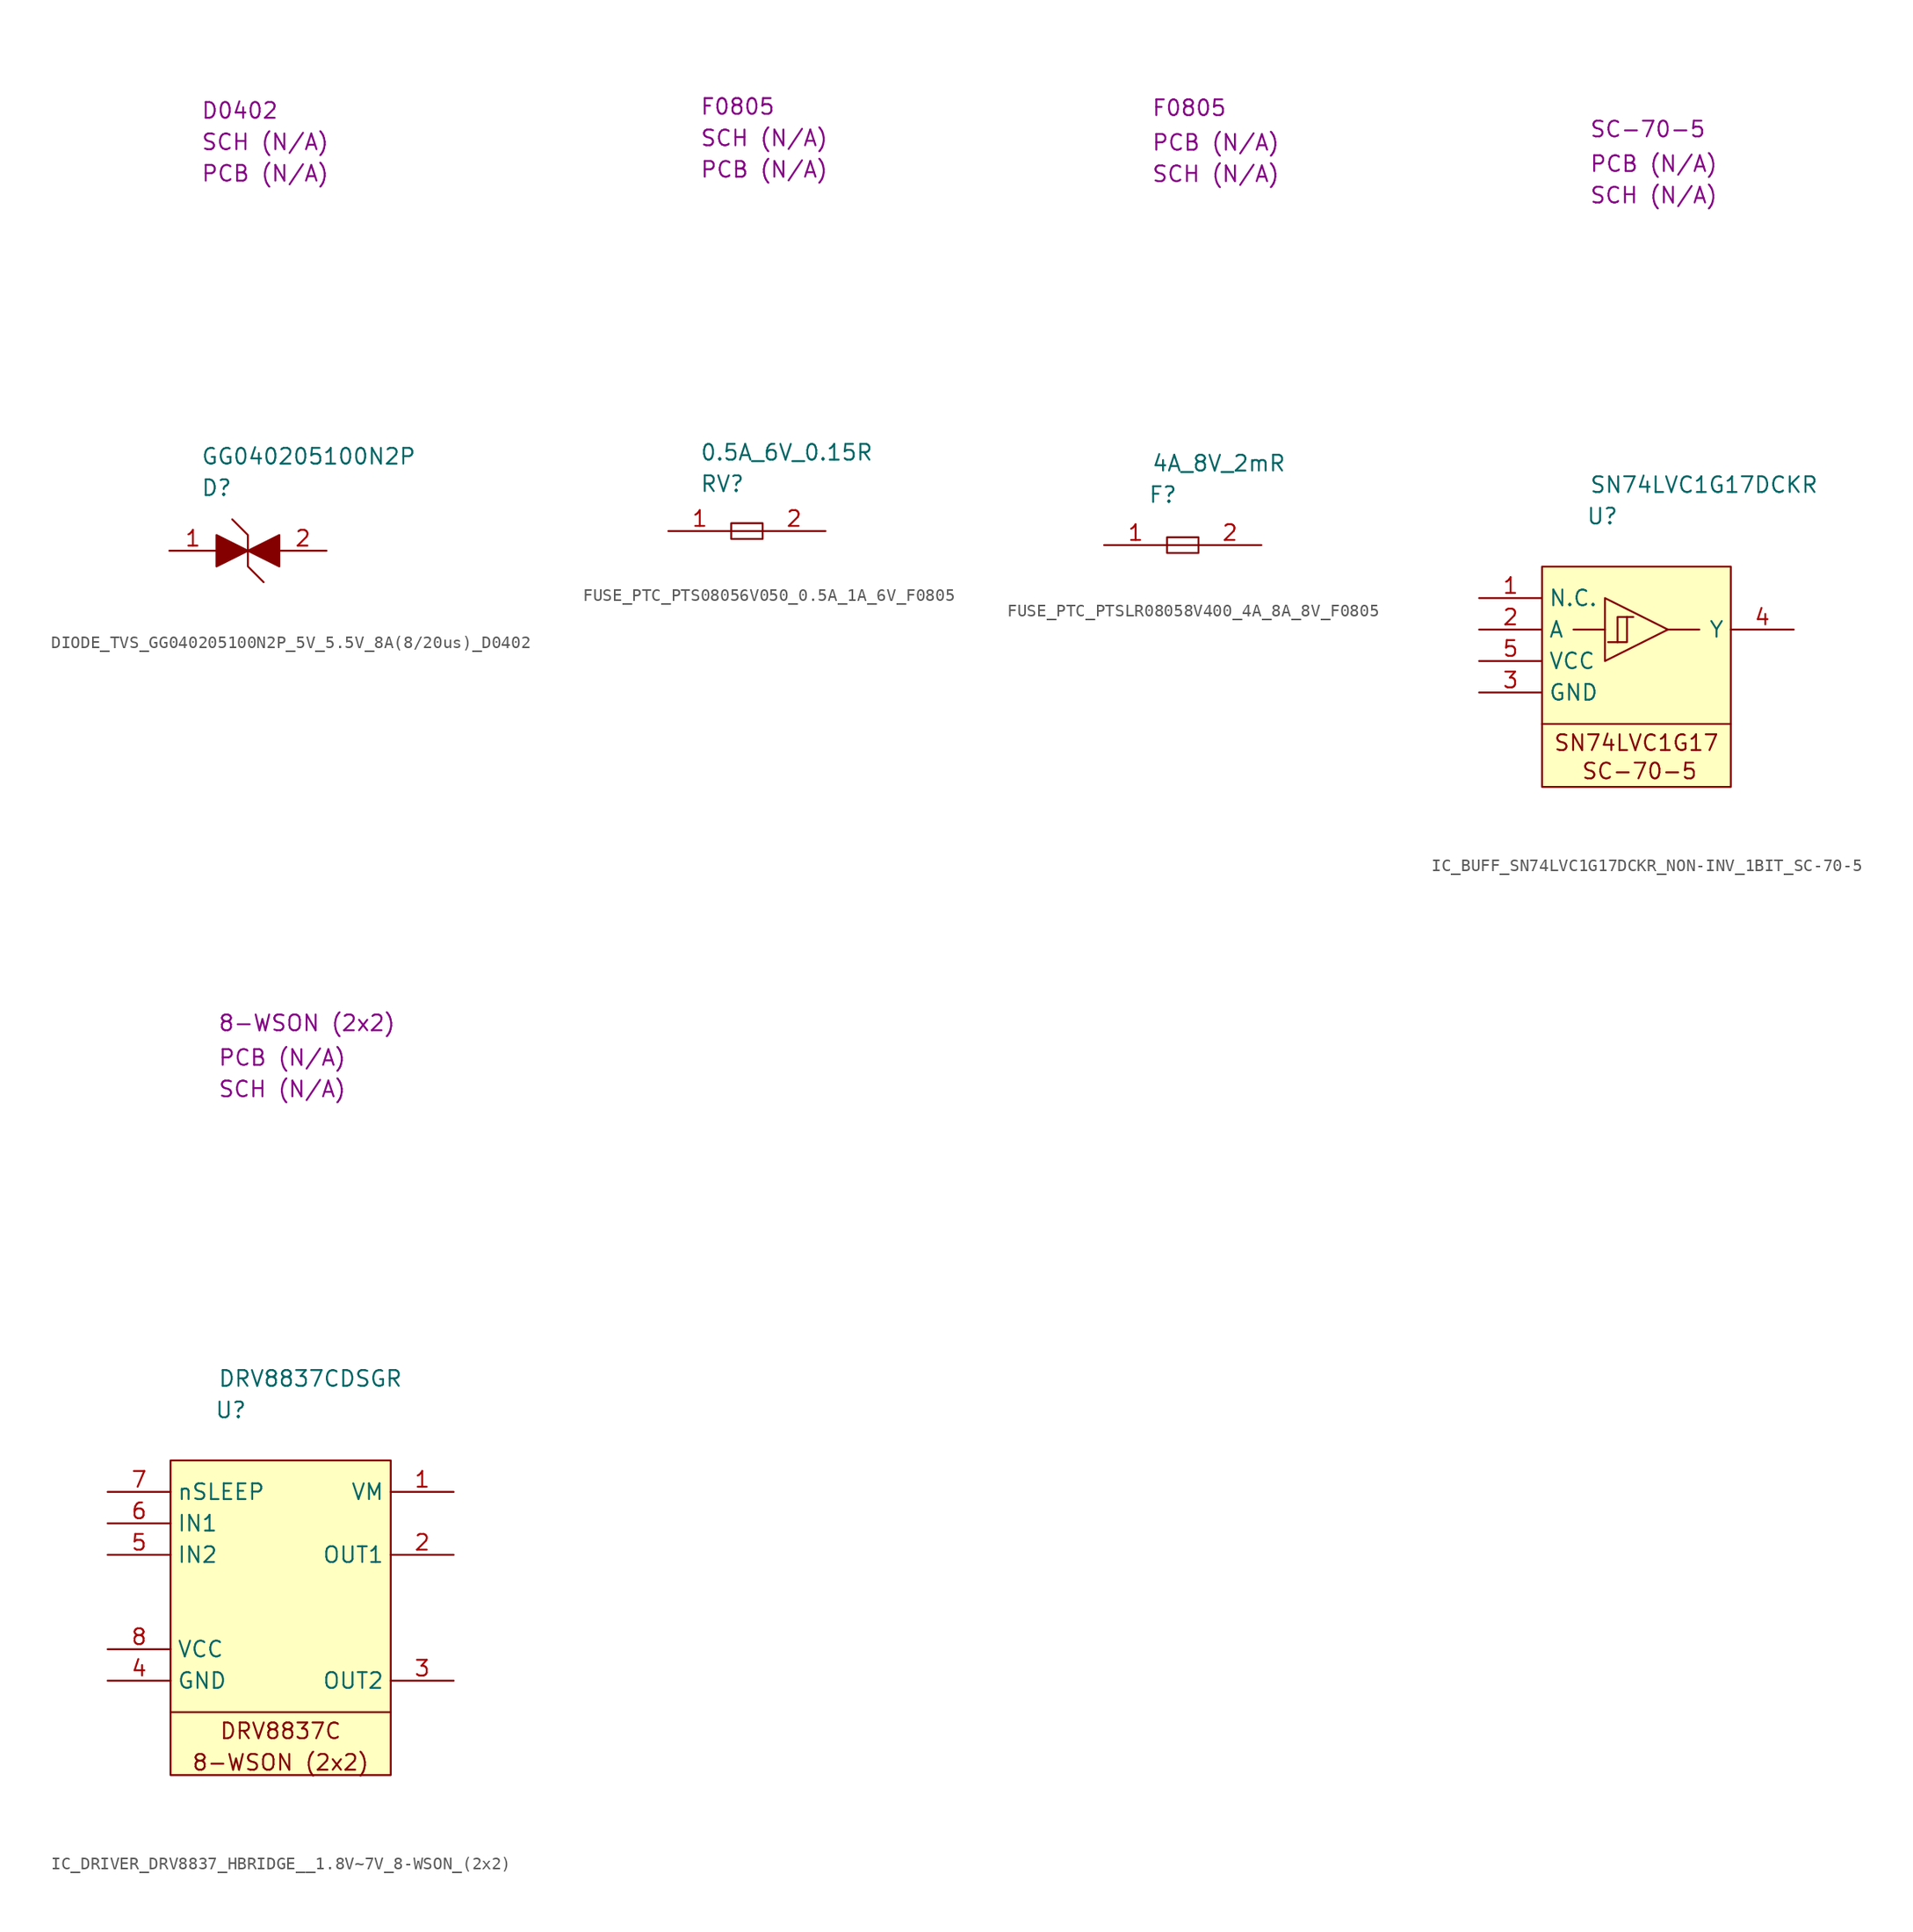
<source format=kicad_sym>
(kicad_symbol_lib
  (version 20231120)
  (generator "kicad_symbol_editor")
  (generator_version "8.0")
  (symbol "DIODE_TVS_GG040205100N2P_5V_5.5V_8A(8/20us)_D0402"
    (property "Reference" "D"
      (at 2.54 5.08 0)
      (effects (font (size 1.27 1.27)) (justify left)))
    (property "Value" "GG040205100N2P"
      (at 2.54 7.62 0)
      (effects (font (size 1.27 1.27)) (justify left)))
    (property "Package" "D0402"
      (at 2.54 35.56 0)
      (effects (font (size 1.27 1.27)) (justify left)))
    (property "SCH CHECK" "SCH (N/A)"
      (at 2.54 33.02 0)
      (effects (font (size 1.27 1.27)) (justify left)))
    (property "PCB CHECk" "PCB (N/A)"
      (at 2.54 30.48 0)
      (effects (font (size 1.27 1.27)) (justify left)))
    (symbol "DIODE_TVS_GG040205100N2P_5V_5.5V_8A(8/20us)_D0402_0_1"
      (polyline (pts (xy 3.81 1.27) (xy 3.81 -1.27) (xy 6.35 0) (xy 3.81 1.27)) (stroke (width 0) (type default)) (fill (type outline)))
      (polyline (pts (xy 5.08 2.54) (xy 6.35 1.27) (xy 6.35 -1.27) (xy 7.62 -2.54)) (stroke (width 0) (type default)) (fill (type none)))
      (polyline (pts (xy 8.89 -1.27) (xy 8.89 1.27) (xy 6.35 0) (xy 8.89 -1.27)) (stroke (width 0) (type default)) (fill (type outline))))
    (symbol "DIODE_TVS_GG040205100N2P_5V_5.5V_8A(8/20us)_D0402_1_1"
      (pin passive line (at 0 0 0) (length 3.81) (name "" (effects (font (size 1.27 1.27)))) (number "1" (effects (font (size 1.27 1.27)))))
      (pin passive line (at 12.7 0 180) (length 3.81) (name "" (effects (font (size 1.27 1.27)))) (number "2" (effects (font (size 1.27 1.27)))))))
  (symbol "FUSE_PTC_PTS08056V050_0.5A_1A_6V_F0805"
    (property "Reference" "RV"
      (at 2.54 3.81 0)
      (effects (font (size 1.27 1.27)) (justify left)))
    (property "Value" "0.5A_6V_0.15R"
      (at 2.54 6.35 0)
      (effects (font (size 1.27 1.27)) (justify left)))
    (property "Package" "F0805"
      (at 2.54 34.29 0)
      (effects (font (size 1.27 1.27)) (justify left)))
    (property "SCH CHECK" "SCH (N/A)"
      (at 2.54 31.75 0)
      (effects (font (size 1.27 1.27)) (justify left)))
    (property "PCB CHECk" "PCB (N/A)"
      (at 2.54 29.21 0)
      (effects (font (size 1.27 1.27)) (justify left)))
    (symbol "FUSE_PTC_PTS08056V050_0.5A_1A_6V_F0805_0_1"
      (polyline (pts (xy 5.08 0) (xy 7.62 0)) (stroke (width 0) (type default)) (fill (type none)))
      (polyline (pts (xy 5.08 0.635) (xy 7.62 0.635) (xy 7.62 -0.635) (xy 5.08 -0.635) (xy 5.08 0.635)) (stroke (width 0) (type default)) (fill (type none))))
    (symbol "FUSE_PTC_PTS08056V050_0.5A_1A_6V_F0805_1_1"
      (pin passive line (at 0 0 0) (length 5.08) (name "" (effects (font (size 1.27 1.27)))) (number "1" (effects (font (size 1.27 1.27)))))
      (pin passive line (at 12.7 0 180) (length 5.08) (name "" (effects (font (size 1.27 1.27)))) (number "2" (effects (font (size 1.27 1.27)))))))
  (symbol "FUSE_PTC_PTSLR08058V400_4A_8A_8V_F0805"
    (property "Reference" "F"
      (at 3.556 4.064 0)
      (effects (font (size 1.27 1.27)) (justify left)))
    (property "Value" "4A_8V_2mR"
      (at 3.81 6.604 0)
      (effects (font (size 1.27 1.27)) (justify left)))
    (property "Package" "F0805"
      (at 3.81 35.306 0)
      (effects (font (size 1.27 1.27)) (justify left)))
    (property "SCH CHECK" "SCH (N/A)"
      (at 3.81 29.972 0)
      (effects (font (size 1.27 1.27)) (justify left)))
    (property "PCB CHECK" "PCB (N/A)"
      (at 3.81 32.512 0)
      (effects (font (size 1.27 1.27)) (justify left)))
    (symbol "FUSE_PTC_PTSLR08058V400_4A_8A_8V_F0805_0_1"
      (polyline (pts (xy 5.08 0) (xy 7.62 0)) (stroke (width 0) (type default)) (fill (type none)))
      (polyline (pts (xy 5.08 0.635) (xy 7.62 0.635) (xy 7.62 -0.635) (xy 5.08 -0.635) (xy 5.08 0.635)) (stroke (width 0) (type default)) (fill (type none))))
    (symbol "FUSE_PTC_PTSLR08058V400_4A_8A_8V_F0805_1_1"
      (pin passive line (at 0 0 0) (length 5.08) (name "" (effects (font (size 1.27 1.27)))) (number "1" (effects (font (size 1.27 1.27)))))
      (pin passive line (at 12.7 0 180) (length 5.08) (name "" (effects (font (size 1.27 1.27)))) (number "2" (effects (font (size 1.27 1.27)))))))
  (symbol "IC_BUFF_SN74LVC1G17DCKR_NON-INV_1BIT_SC-70-5"
    (property "Reference" "U"
      (at 3.556 4.064 0)
      (effects (font (size 1.27 1.27)) (justify left)))
    (property "Value" "SN74LVC1G17DCKR"
      (at 3.81 6.604 0)
      (effects (font (size 1.27 1.27)) (justify left)))
    (property "Package" "SC-70-5"
      (at 3.81 35.306 0)
      (effects (font (size 1.27 1.27)) (justify left)))
    (property "SCH CHECK" "SCH (N/A)"
      (at 3.81 29.972 0)
      (effects (font (size 1.27 1.27)) (justify left)))
    (property "PCB CHECK" "PCB (N/A)"
      (at 3.81 32.512 0)
      (effects (font (size 1.27 1.27)) (justify left)))
    (symbol "IC_BUFF_SN74LVC1G17DCKR_NON-INV_1BIT_SC-70-5_1_1"
      (polyline (pts (xy 0 -12.7) (xy 15.24 -12.7)) (stroke (width 0) (type default)) (fill (type none)))
      (polyline (pts (xy 5.08 -5.08) (xy 2.54 -5.08)) (stroke (width 0) (type default)) (fill (type none)))
      (polyline (pts (xy 10.16 -5.08) (xy 12.7 -5.08)) (stroke (width 0) (type default)) (fill (type none)))
      (polyline (pts (xy 6.096 -6.096) (xy 6.858 -6.096) (xy 6.858 -4.064)) (stroke (width 0) (type default)) (fill (type none)))
      (polyline (pts (xy 5.08 -2.54) (xy 5.08 -7.62) (xy 10.16 -5.08) (xy 5.08 -2.54)) (stroke (width 0) (type default)) (fill (type none)))
      (polyline (pts (xy 7.366 -4.064) (xy 6.096 -4.064) (xy 6.096 -6.096) (xy 5.334 -6.096)) (stroke (width 0) (type default)) (fill (type none)))
      (rectangle (start 0 0) (end 15.24 -17.78) (stroke (width 0) (type default)) (fill (type background)))
      (text "SC-70-5" (at 7.874 -16.51 0) (effects (font (size 1.27 1.27))))
      (text "SN74LVC1G17" (at 7.62 -14.224 0) (effects (font (size 1.27 1.27))))
      (pin passive line (at -5.08 -2.54 0) (length 5.08) (name "N.C." (effects (font (size 1.27 1.27)))) (number "1" (effects (font (size 1.27 1.27)))))
      (pin passive line (at -5.08 -5.08 0) (length 5.08) (name "A" (effects (font (size 1.27 1.27)))) (number "2" (effects (font (size 1.27 1.27)))))
      (pin passive line (at -5.08 -10.16 0) (length 5.08) (name "GND" (effects (font (size 1.27 1.27)))) (number "3" (effects (font (size 1.27 1.27)))))
      (pin passive line (at 20.32 -5.08 180) (length 5.08) (name "Y" (effects (font (size 1.27 1.27)))) (number "4" (effects (font (size 1.27 1.27)))))
      (pin passive line (at -5.08 -7.62 0) (length 5.08) (name "VCC" (effects (font (size 1.27 1.27)))) (number "5" (effects (font (size 1.27 1.27)))))))
  (symbol "IC_DRIVER_DRV8837_HBRIDGE__1.8V~7V_8-WSON_(2x2)"
    (property "Reference" "U"
      (at 3.556 4.064 0)
      (effects (font (size 1.27 1.27)) (justify left)))
    (property "Value" "DRV8837CDSGR"
      (at 3.81 6.604 0)
      (effects (font (size 1.27 1.27)) (justify left)))
    (property "Package" "8-WSON (2x2) "
      (at 3.81 35.306 0)
      (effects (font (size 1.27 1.27)) (justify left)))
    (property "SCH CHECK" "SCH (N/A)"
      (at 3.81 29.972 0)
      (effects (font (size 1.27 1.27)) (justify left)))
    (property "PCB CHECK" "PCB (N/A)"
      (at 3.81 32.512 0)
      (effects (font (size 1.27 1.27)) (justify left)))
    (symbol "IC_DRIVER_DRV8837_HBRIDGE__1.8V~7V_8-WSON_(2x2)_1_1"
      (polyline (pts (xy 0 -20.32) (xy 17.78 -20.32)) (stroke (width 0) (type default)) (fill (type none)))
      (rectangle (start 0 0) (end 17.78 -25.4) (stroke (width 0) (type default)) (fill (type background)))
      (text "8-WSON (2x2)" (at 8.89 -24.384 0) (effects (font (size 1.27 1.27))))
      (text "DRV8837C" (at 8.89 -21.844 0) (effects (font (size 1.27 1.27))))
      (pin passive line (at 22.86 -2.54 180) (length 5.08) (name "VM" (effects (font (size 1.27 1.27)))) (number "1" (effects (font (size 1.27 1.27)))))
      (pin passive line (at 22.86 -7.62 180) (length 5.08) (name "OUT1" (effects (font (size 1.27 1.27)))) (number "2" (effects (font (size 1.27 1.27)))))
      (pin passive line (at 22.86 -17.78 180) (length 5.08) (name "OUT2" (effects (font (size 1.27 1.27)))) (number "3" (effects (font (size 1.27 1.27)))))
      (pin passive line (at -5.08 -17.78 0) (length 5.08) (name "GND" (effects (font (size 1.27 1.27)))) (number "4" (effects (font (size 1.27 1.27)))))
      (pin passive line (at -5.08 -7.62 0) (length 5.08) (name "IN2" (effects (font (size 1.27 1.27)))) (number "5" (effects (font (size 1.27 1.27)))))
      (pin passive line (at -5.08 -5.08 0) (length 5.08) (name "IN1" (effects (font (size 1.27 1.27)))) (number "6" (effects (font (size 1.27 1.27)))))
      (pin passive line (at -5.08 -2.54 0) (length 5.08) (name "nSLEEP" (effects (font (size 1.27 1.27)))) (number "7" (effects (font (size 1.27 1.27)))))
      (pin passive line (at -5.08 -15.24 0) (length 5.08) (name "VCC" (effects (font (size 1.27 1.27)))) (number "8" (effects (font (size 1.27 1.27))))))))
</source>
